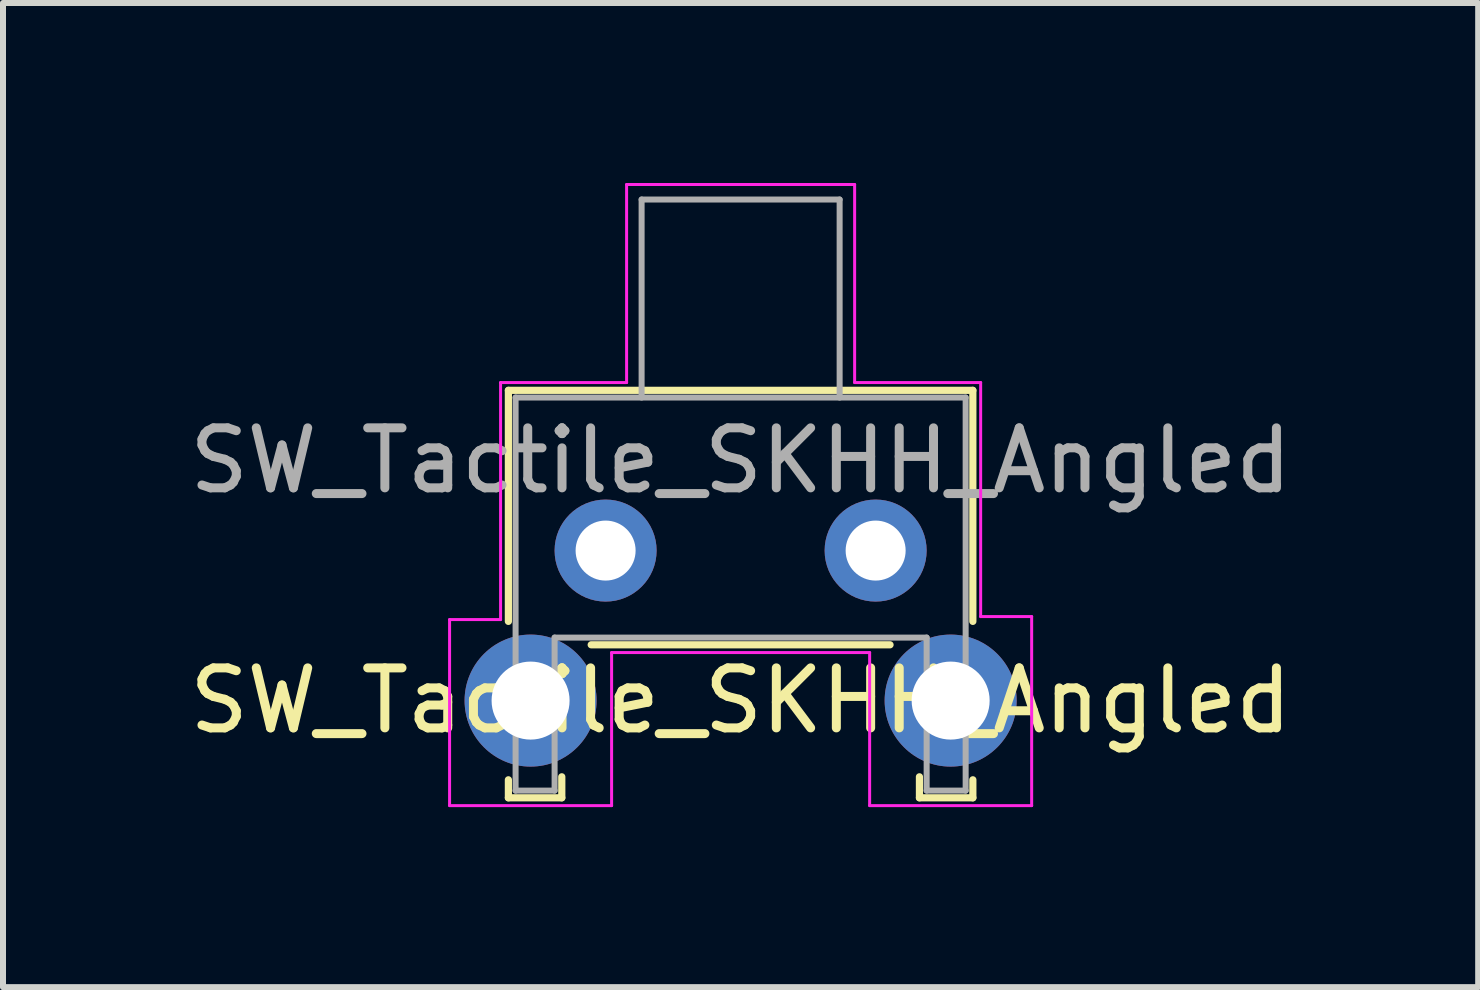
<source format=kicad_pcb>
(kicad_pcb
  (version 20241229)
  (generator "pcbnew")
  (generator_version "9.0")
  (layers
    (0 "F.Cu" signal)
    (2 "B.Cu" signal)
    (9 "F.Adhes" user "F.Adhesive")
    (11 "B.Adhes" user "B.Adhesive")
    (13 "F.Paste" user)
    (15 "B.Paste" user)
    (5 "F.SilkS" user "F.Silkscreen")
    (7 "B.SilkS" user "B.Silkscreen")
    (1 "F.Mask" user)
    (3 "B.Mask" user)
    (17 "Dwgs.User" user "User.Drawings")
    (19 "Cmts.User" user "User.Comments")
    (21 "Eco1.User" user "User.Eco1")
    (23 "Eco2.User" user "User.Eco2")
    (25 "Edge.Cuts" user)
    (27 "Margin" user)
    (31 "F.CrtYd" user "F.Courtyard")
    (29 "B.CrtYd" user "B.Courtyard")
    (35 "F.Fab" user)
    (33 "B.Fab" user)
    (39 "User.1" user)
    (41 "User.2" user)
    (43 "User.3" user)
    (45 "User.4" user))
  (footprint "SW_Tactile_SKHH_Angled"
    (layer "F.Cu")
    (at 7.042 6.125)
    (property "Reference" "SW_Tactile_SKHH_Angled" (at 2.25 2.5 0) (layer "F.SilkS") (effects (font (size 1 1) (thickness 0.15))))
    (attr through_hole)
    (fp_circle (center -1.25 2.5) (end -1.885 2.5) (stroke (width 0.1) (type solid)) (fill no) (layer "F.Mask"))
    (fp_circle (center 0 0) (end -0.445 0) (stroke (width 0.1) (type solid)) (fill no) (layer "F.Mask"))
    (fp_circle (center 4.5 0) (end 4.056 0) (stroke (width 0.1) (type solid)) (fill no) (layer "F.Mask"))
    (fp_circle (center 5.75 2.5) (end 5.115 2.5) (stroke (width 0.1) (type solid)) (fill no) (layer "F.Mask"))
    (fp_circle (center -1.25 2.5) (end -2.393 2.5) (stroke (width 0.1) (type solid)) (fill no) (layer "B.Mask"))
    (fp_circle (center 0 0) (end -0.889 0) (stroke (width 0.1) (type solid)) (fill no) (layer "B.Mask"))
    (fp_circle (center 4.5 0) (end 3.611 0) (stroke (width 0.1) (type solid)) (fill no) (layer "B.Mask"))
    (fp_circle (center 5.75 2.5) (end 4.607 2.5) (stroke (width 0.1) (type solid)) (fill no) (layer "B.Mask"))
    (fp_line (start -1.62 -2.67) (end -1.62 1.18) (stroke (width 0.12) (type solid)) (layer "F.SilkS"))
    (fp_line (start -1.62 3.82) (end -1.62 4.12) (stroke (width 0.12) (type solid)) (layer "F.SilkS"))
    (fp_line (start -0.73 4.12) (end -1.62 4.12) (stroke (width 0.12) (type solid)) (layer "F.SilkS"))
    (fp_line (start -0.73 4.12) (end -0.73 3.77) (stroke (width 0.12) (type solid)) (layer "F.SilkS"))
    (fp_line (start -0.24 1.57) (end 4.74 1.57) (stroke (width 0.12) (type solid)) (layer "F.SilkS"))
    (fp_line (start 5.23 4.12) (end 5.23 3.77) (stroke (width 0.12) (type solid)) (layer "F.SilkS"))
    (fp_line (start 6.12 -2.67) (end -1.62 -2.67) (stroke (width 0.12) (type solid)) (layer "F.SilkS"))
    (fp_line (start 6.12 1.18) (end 6.12 -2.67) (stroke (width 0.12) (type solid)) (layer "F.SilkS"))
    (fp_line (start 6.12 3.82) (end 6.12 4.12) (stroke (width 0.12) (type solid)) (layer "F.SilkS"))
    (fp_line (start 6.12 4.12) (end 5.23 4.12) (stroke (width 0.12) (type solid)) (layer "F.SilkS"))
    (fp_line (start -2.6 1.15) (end -1.75 1.15) (stroke (width 0.05) (type solid)) (layer "F.CrtYd"))
    (fp_line (start -2.6 4.25) (end -2.6 1.15) (stroke (width 0.05) (type solid)) (layer "F.CrtYd"))
    (fp_line (start -1.75 1.15) (end -1.75 -2.8) (stroke (width 0.05) (type solid)) (layer "F.CrtYd"))
    (fp_line (start 0.1 1.7) (end 4.4 1.7) (stroke (width 0.05) (type solid)) (layer "F.CrtYd"))
    (fp_line (start 0.1 4.25) (end -2.6 4.25) (stroke (width 0.05) (type solid)) (layer "F.CrtYd"))
    (fp_line (start 0.1 4.25) (end 0.1 1.7) (stroke (width 0.05) (type solid)) (layer "F.CrtYd"))
    (fp_line (start 0.35 -6.1) (end 0.35 -2.8) (stroke (width 0.05) (type solid)) (layer "F.CrtYd"))
    (fp_line (start 0.35 -2.8) (end -1.75 -2.8) (stroke (width 0.05) (type solid)) (layer "F.CrtYd"))
    (fp_line (start 4.15 -6.1) (end 0.35 -6.1) (stroke (width 0.05) (type solid)) (layer "F.CrtYd"))
    (fp_line (start 4.15 -2.8) (end 4.15 -6.1) (stroke (width 0.05) (type solid)) (layer "F.CrtYd"))
    (fp_line (start 4.4 1.7) (end 4.4 4.25) (stroke (width 0.05) (type solid)) (layer "F.CrtYd"))
    (fp_line (start 4.4 4.25) (end 7.1 4.25) (stroke (width 0.05) (type solid)) (layer "F.CrtYd"))
    (fp_line (start 6.25 -2.8) (end 4.15 -2.8) (stroke (width 0.05) (type solid)) (layer "F.CrtYd"))
    (fp_line (start 6.25 1.1) (end 6.25 -2.8) (stroke (width 0.05) (type solid)) (layer "F.CrtYd"))
    (fp_line (start 7.1 1.1) (end 6.25 1.1) (stroke (width 0.05) (type solid)) (layer "F.CrtYd"))
    (fp_line (start 7.1 4.25) (end 7.1 1.1) (stroke (width 0.05) (type solid)) (layer "F.CrtYd"))
    (fp_line (start -1.5 4) (end -1.5 -2.55) (stroke (width 0.1) (type solid)) (layer "F.Fab"))
    (fp_line (start -0.85 1.45) (end -0.85 4) (stroke (width 0.1) (type solid)) (layer "F.Fab"))
    (fp_line (start -0.85 4) (end -1.5 4) (stroke (width 0.1) (type solid)) (layer "F.Fab"))
    (fp_line (start 0.6 -5.85) (end 3.9 -5.85) (stroke (width 0.1) (type solid)) (layer "F.Fab"))
    (fp_line (start 0.6 -2.55) (end 0.6 -5.85) (stroke (width 0.1) (type solid)) (layer "F.Fab"))
    (fp_line (start 3.9 -2.55) (end 3.9 -5.85) (stroke (width 0.1) (type solid)) (layer "F.Fab"))
    (fp_line (start 5.35 1.45) (end -0.85 1.45) (stroke (width 0.1) (type solid)) (layer "F.Fab"))
    (fp_line (start 5.35 1.45) (end 5.35 4) (stroke (width 0.1) (type solid)) (layer "F.Fab"))
    (fp_line (start 6 -2.55) (end -1.5 -2.55) (stroke (width 0.1) (type solid)) (layer "F.Fab"))
    (fp_line (start 6 -2.55) (end 6 4) (stroke (width 0.1) (type solid)) (layer "F.Fab"))
    (fp_line (start 6 4) (end 5.35 4) (stroke (width 0.1) (type solid)) (layer "F.Fab"))
    (fp_text user "${REFERENCE}" (at 2.25 -1.5 0) (layer "F.Fab") (effects (font (size 1 1) (thickness 0.15))))
    (pad "" thru_hole circle (at -1.25 2.5 180) (size 2.2 2.2) (drill 1.3) (layers "*.Cu" "*.Mask"))
    (pad "" thru_hole circle (at 5.75 2.5 180) (size 2.2 2.2) (drill 1.3) (layers "*.Cu" "*.Mask"))
    (pad "1" thru_hole circle (at 0 0 180) (size 1.7 1.7) (drill 1) (layers "*.Cu" "*.Mask"))
    (pad "2" thru_hole circle (at 4.5 0 180) (size 1.7 1.7) (drill 1) (layers "*.Cu" "*.Mask")))
  (gr_rect
    (start -3 -3)
    (end 21.583 13.4)
    (stroke (width 0.1) (type default))
    (fill no)
    (layer "Edge.Cuts")))
</source>
